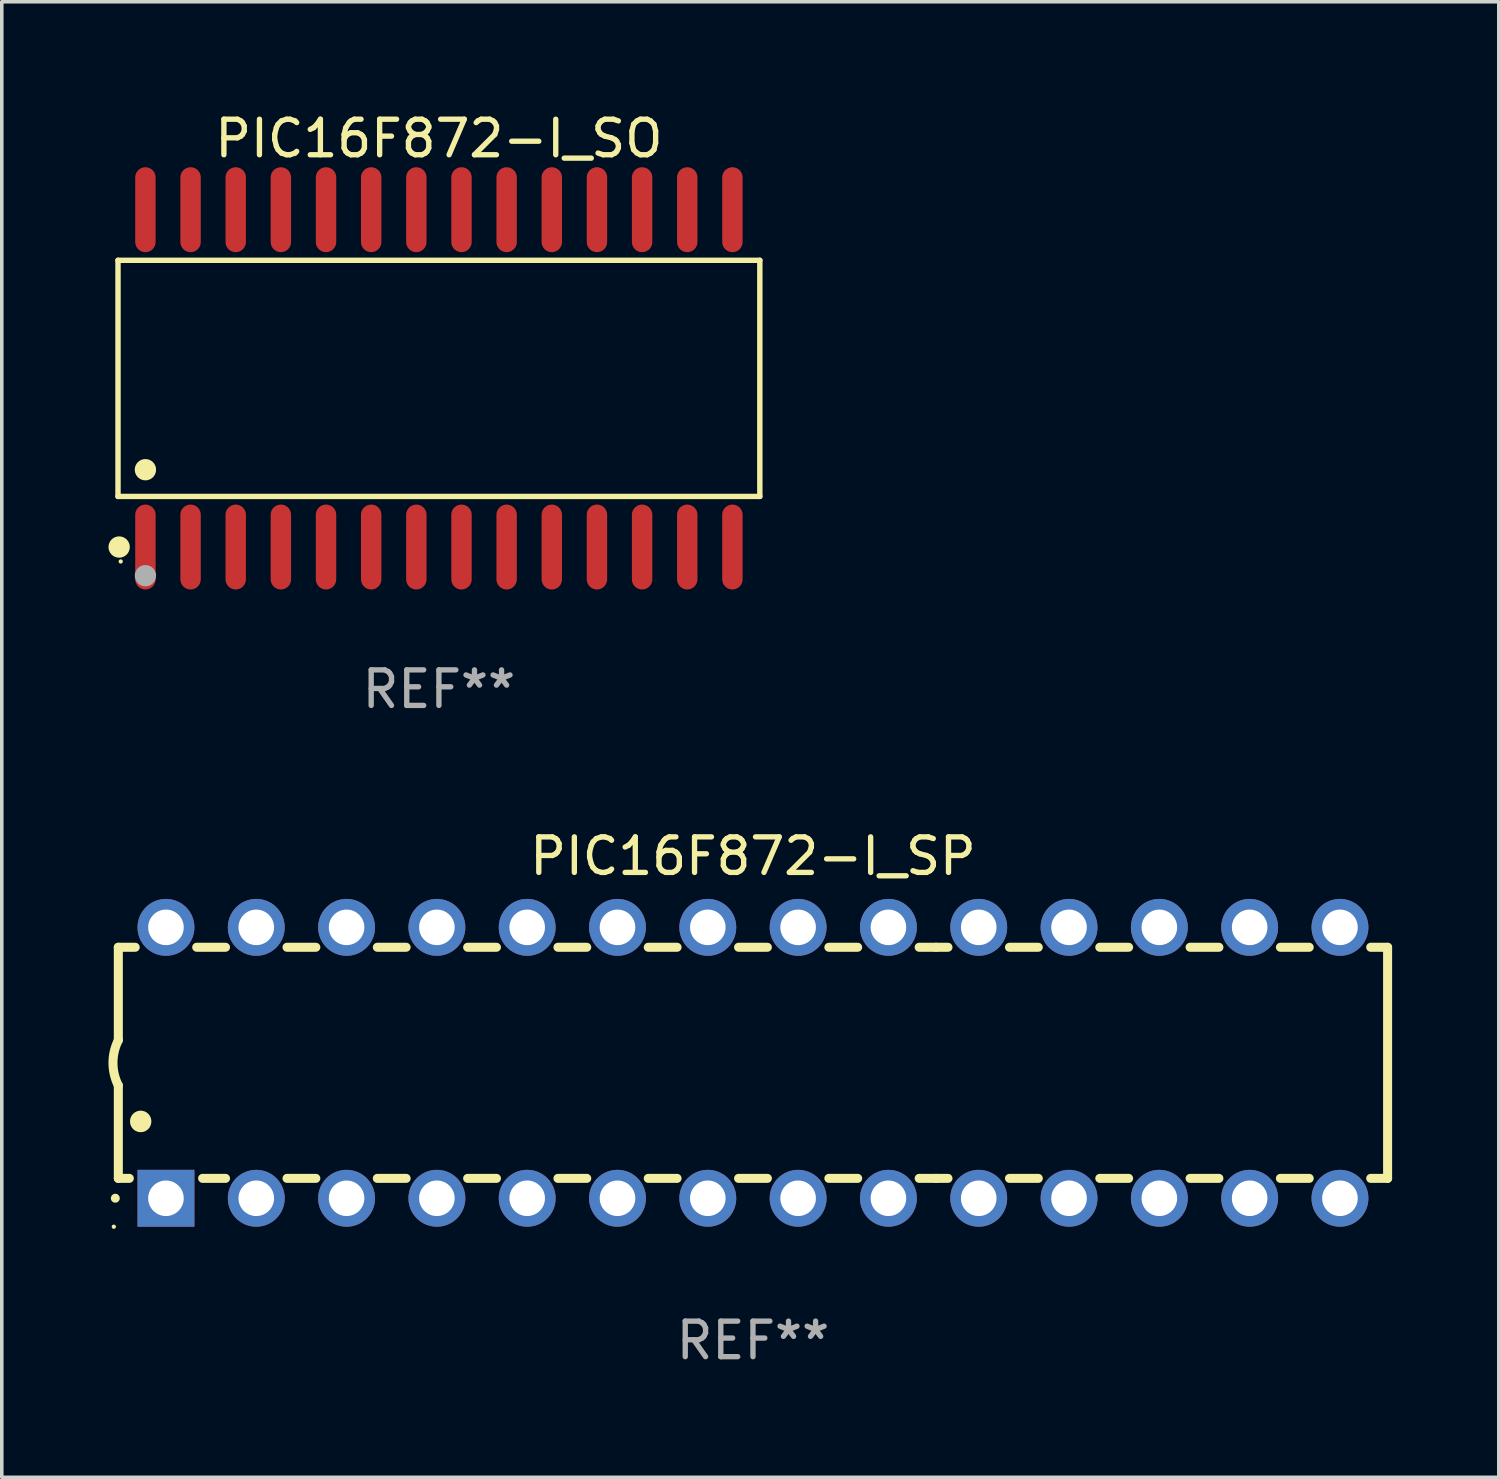
<source format=kicad_pcb>
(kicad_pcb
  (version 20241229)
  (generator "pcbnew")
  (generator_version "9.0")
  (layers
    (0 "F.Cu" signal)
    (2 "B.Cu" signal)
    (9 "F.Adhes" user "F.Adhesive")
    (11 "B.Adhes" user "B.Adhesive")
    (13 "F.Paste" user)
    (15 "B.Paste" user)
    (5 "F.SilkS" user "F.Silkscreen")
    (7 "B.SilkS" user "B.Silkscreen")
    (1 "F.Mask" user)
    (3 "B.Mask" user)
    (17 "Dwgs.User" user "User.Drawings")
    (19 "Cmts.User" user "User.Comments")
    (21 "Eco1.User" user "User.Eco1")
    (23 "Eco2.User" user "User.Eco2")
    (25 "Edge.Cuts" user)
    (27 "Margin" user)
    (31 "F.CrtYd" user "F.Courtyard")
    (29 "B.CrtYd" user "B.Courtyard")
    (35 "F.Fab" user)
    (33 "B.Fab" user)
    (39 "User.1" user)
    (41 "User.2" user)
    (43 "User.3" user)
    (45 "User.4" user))
  (footprint "PIC16F872-I_SO"
    (layer "F.Cu")
    (at 9.295 7.592)
    (property "Reference" "PIC16F872-I_SO" (at 0 -6.744 0) (layer "F.SilkS") (effects (font (size 1 1) (thickness 0.15))))
    (attr through_hole)
    (fp_line (start -9.026 -3.321) (end 9.026 -3.321) (stroke (width 0.152) (type solid)) (layer "F.SilkS"))
    (fp_line (start -9.026 3.321) (end -9.026 -3.321) (stroke (width 0.152) (type solid)) (layer "F.SilkS"))
    (fp_line (start 9.026 -3.321) (end 9.026 3.321) (stroke (width 0.152) (type solid)) (layer "F.SilkS"))
    (fp_line (start 9.026 3.321) (end -9.026 3.321) (stroke (width 0.152) (type solid)) (layer "F.SilkS"))
    (fp_circle (center -8.994 4.744) (end -8.844 4.744) (stroke (width 0.3) (type solid)) (fill no) (layer "F.SilkS"))
    (fp_circle (center -8.95 5.15) (end -8.92 5.15) (stroke (width 0.06) (type solid)) (fill no) (layer "F.SilkS"))
    (fp_circle (center -8.255 2.569) (end -8.105 2.569) (stroke (width 0.3) (type solid)) (fill no) (layer "F.SilkS"))
    (fp_circle (center -8.255 5.55) (end -8.105 5.55) (stroke (width 0.3) (type solid)) (fill no) (layer "F.Fab"))
    (fp_text user "REF**" (at 0 8.744 0) (layer "F.Fab") (effects (font (size 1 1) (thickness 0.15))))
    (pad "1" smd oval (at -8.255 4.744) (size 0.574 2.388) (layers "F.Cu" "F.Mask" "F.Paste"))
    (pad "2" smd oval (at -6.985 4.744) (size 0.574 2.388) (layers "F.Cu" "F.Mask" "F.Paste"))
    (pad "3" smd oval (at -5.715 4.744) (size 0.574 2.388) (layers "F.Cu" "F.Mask" "F.Paste"))
    (pad "4" smd oval (at -4.445 4.744) (size 0.574 2.388) (layers "F.Cu" "F.Mask" "F.Paste"))
    (pad "5" smd oval (at -3.175 4.744) (size 0.574 2.388) (layers "F.Cu" "F.Mask" "F.Paste"))
    (pad "6" smd oval (at -1.905 4.744) (size 0.574 2.388) (layers "F.Cu" "F.Mask" "F.Paste"))
    (pad "7" smd oval (at -0.635 4.744) (size 0.574 2.388) (layers "F.Cu" "F.Mask" "F.Paste"))
    (pad "8" smd oval (at 0.635 4.744) (size 0.574 2.388) (layers "F.Cu" "F.Mask" "F.Paste"))
    (pad "9" smd oval (at 1.905 4.744) (size 0.574 2.388) (layers "F.Cu" "F.Mask" "F.Paste"))
    (pad "10" smd oval (at 3.175 4.744) (size 0.574 2.388) (layers "F.Cu" "F.Mask" "F.Paste"))
    (pad "11" smd oval (at 4.445 4.744) (size 0.574 2.388) (layers "F.Cu" "F.Mask" "F.Paste"))
    (pad "12" smd oval (at 5.715 4.744) (size 0.574 2.388) (layers "F.Cu" "F.Mask" "F.Paste"))
    (pad "13" smd oval (at 6.985 4.744) (size 0.574 2.388) (layers "F.Cu" "F.Mask" "F.Paste"))
    (pad "14" smd oval (at 8.255 4.744) (size 0.574 2.388) (layers "F.Cu" "F.Mask" "F.Paste"))
    (pad "15" smd oval (at 8.255 -4.744) (size 0.574 2.388) (layers "F.Cu" "F.Mask" "F.Paste"))
    (pad "16" smd oval (at 6.985 -4.744) (size 0.574 2.388) (layers "F.Cu" "F.Mask" "F.Paste"))
    (pad "17" smd oval (at 5.715 -4.744) (size 0.574 2.388) (layers "F.Cu" "F.Mask" "F.Paste"))
    (pad "18" smd oval (at 4.445 -4.744) (size 0.574 2.388) (layers "F.Cu" "F.Mask" "F.Paste"))
    (pad "19" smd oval (at 3.175 -4.744) (size 0.574 2.388) (layers "F.Cu" "F.Mask" "F.Paste"))
    (pad "20" smd oval (at 1.905 -4.744) (size 0.574 2.388) (layers "F.Cu" "F.Mask" "F.Paste"))
    (pad "21" smd oval (at 0.635 -4.744) (size 0.574 2.388) (layers "F.Cu" "F.Mask" "F.Paste"))
    (pad "22" smd oval (at -0.635 -4.744) (size 0.574 2.388) (layers "F.Cu" "F.Mask" "F.Paste"))
    (pad "23" smd oval (at -1.905 -4.744) (size 0.574 2.388) (layers "F.Cu" "F.Mask" "F.Paste"))
    (pad "24" smd oval (at -3.175 -4.744) (size 0.574 2.388) (layers "F.Cu" "F.Mask" "F.Paste"))
    (pad "25" smd oval (at -4.445 -4.744) (size 0.574 2.388) (layers "F.Cu" "F.Mask" "F.Paste"))
    (pad "26" smd oval (at -5.715 -4.744) (size 0.574 2.388) (layers "F.Cu" "F.Mask" "F.Paste"))
    (pad "27" smd oval (at -6.985 -4.744) (size 0.574 2.388) (layers "F.Cu" "F.Mask" "F.Paste"))
    (pad "28" smd oval (at -8.255 -4.744) (size 0.574 2.388) (layers "F.Cu" "F.Mask" "F.Paste")))
  (footprint "PIC16F872-I_SP"
    (layer "F.Cu")
    (at 18.128 26.843)
    (property "Reference" "PIC16F872-I_SP" (at 0 -5.81 0) (layer "F.SilkS") (effects (font (size 1 1) (thickness 0.15))))
    (attr through_hole)
    (fp_line (start -17.85 -3.25) (end -17.85 -0.635) (stroke (width 0.254) (type solid)) (layer "F.SilkS"))
    (fp_line (start -17.85 3.25) (end -17.85 0.635) (stroke (width 0.254) (type solid)) (layer "F.SilkS"))
    (fp_line (start -17.85 3.25) (end -17.541 3.25) (stroke (width 0.254) (type solid)) (layer "F.SilkS"))
    (fp_line (start -17.375 -3.25) (end -17.85 -3.25) (stroke (width 0.254) (type solid)) (layer "F.SilkS"))
    (fp_line (start -15.479 3.25) (end -14.835 3.25) (stroke (width 0.254) (type solid)) (layer "F.SilkS"))
    (fp_line (start -14.835 -3.25) (end -15.645 -3.25) (stroke (width 0.254) (type solid)) (layer "F.SilkS"))
    (fp_line (start -13.105 3.25) (end -12.295 3.25) (stroke (width 0.254) (type solid)) (layer "F.SilkS"))
    (fp_line (start -12.295 -3.25) (end -13.105 -3.25) (stroke (width 0.254) (type solid)) (layer "F.SilkS"))
    (fp_line (start -10.565 3.25) (end -9.755 3.25) (stroke (width 0.254) (type solid)) (layer "F.SilkS"))
    (fp_line (start -9.755 -3.25) (end -10.565 -3.25) (stroke (width 0.254) (type solid)) (layer "F.SilkS"))
    (fp_line (start -8.025 3.25) (end -7.215 3.25) (stroke (width 0.254) (type solid)) (layer "F.SilkS"))
    (fp_line (start -7.215 -3.25) (end -8.025 -3.25) (stroke (width 0.254) (type solid)) (layer "F.SilkS"))
    (fp_line (start -5.485 3.25) (end -4.675 3.25) (stroke (width 0.254) (type solid)) (layer "F.SilkS"))
    (fp_line (start -4.675 -3.25) (end -5.485 -3.25) (stroke (width 0.254) (type solid)) (layer "F.SilkS"))
    (fp_line (start -2.945 3.25) (end -2.135 3.25) (stroke (width 0.254) (type solid)) (layer "F.SilkS"))
    (fp_line (start -2.135 -3.25) (end -2.945 -3.25) (stroke (width 0.254) (type solid)) (layer "F.SilkS"))
    (fp_line (start -0.405 3.25) (end 0.405 3.25) (stroke (width 0.254) (type solid)) (layer "F.SilkS"))
    (fp_line (start 0.405 -3.25) (end -0.405 -3.25) (stroke (width 0.254) (type solid)) (layer "F.SilkS"))
    (fp_line (start 2.135 3.25) (end 2.945 3.25) (stroke (width 0.254) (type solid)) (layer "F.SilkS"))
    (fp_line (start 2.945 -3.25) (end 2.135 -3.25) (stroke (width 0.254) (type solid)) (layer "F.SilkS"))
    (fp_line (start 4.675 3.25) (end 5.15 3.25) (stroke (width 0.254) (type solid)) (layer "F.SilkS"))
    (fp_line (start 5.15 -3.25) (end 4.675 -3.25) (stroke (width 0.254) (type solid)) (layer "F.SilkS"))
    (fp_line (start 5.15 -3.25) (end 5.485 -3.25) (stroke (width 0.254) (type solid)) (layer "F.SilkS"))
    (fp_line (start 5.15 3.25) (end 5.485 3.25) (stroke (width 0.254) (type solid)) (layer "F.SilkS"))
    (fp_line (start 7.215 -3.25) (end 8.025 -3.25) (stroke (width 0.254) (type solid)) (layer "F.SilkS"))
    (fp_line (start 7.215 3.25) (end 8.025 3.25) (stroke (width 0.254) (type solid)) (layer "F.SilkS"))
    (fp_line (start 9.755 -3.25) (end 10.565 -3.25) (stroke (width 0.254) (type solid)) (layer "F.SilkS"))
    (fp_line (start 9.755 3.25) (end 10.565 3.25) (stroke (width 0.254) (type solid)) (layer "F.SilkS"))
    (fp_line (start 12.295 -3.25) (end 13.105 -3.25) (stroke (width 0.254) (type solid)) (layer "F.SilkS"))
    (fp_line (start 12.295 3.25) (end 13.105 3.25) (stroke (width 0.254) (type solid)) (layer "F.SilkS"))
    (fp_line (start 14.835 -3.25) (end 15.645 -3.25) (stroke (width 0.254) (type solid)) (layer "F.SilkS"))
    (fp_line (start 14.835 3.25) (end 15.645 3.25) (stroke (width 0.254) (type solid)) (layer "F.SilkS"))
    (fp_line (start 17.375 -3.25) (end 17.85 -3.25) (stroke (width 0.254) (type solid)) (layer "F.SilkS"))
    (fp_line (start 17.375 3.25) (end 17.85 3.25) (stroke (width 0.254) (type solid)) (layer "F.SilkS"))
    (fp_line (start 17.85 -3.25) (end 17.85 3.25) (stroke (width 0.254) (type solid)) (layer "F.SilkS"))
    (fp_arc (start -17.934976 3.810008) (mid -17.934983 3.808738) (end -17.934976 3.807468) (stroke (width 0.25) (type solid)) (layer "F.SilkS"))
    (fp_arc (start -17.851155 0.635002) (mid -18.000677 -0.000132) (end -17.850038 -0.635001) (stroke (width 0.254001) (type solid)) (layer "F.SilkS"))
    (fp_arc (start -17.221234 1.651003) (mid -17.221245 1.648463) (end -17.221234 1.645923) (stroke (width 0.6) (type solid)) (layer "F.SilkS"))
    (fp_circle (center -17.977 4.61) (end -17.947 4.61) (stroke (width 0.06) (type solid)) (fill no) (layer "F.SilkS"))
    (fp_text user "REF**" (at 0 7.81 0) (layer "F.Fab") (effects (font (size 1 1) (thickness 0.15))))
    (pad "1" thru_hole rect (at -16.51 3.81 90) (size 1.6 1.6) (drill 1) (layers "*.Cu" "*.Mask"))
    (pad "2" thru_hole circle (at -13.97 3.81 90) (size 1.6 1.6) (drill 1) (layers "*.Cu" "*.Mask"))
    (pad "3" thru_hole circle (at -11.43 3.81 90) (size 1.6 1.6) (drill 1) (layers "*.Cu" "*.Mask"))
    (pad "4" thru_hole circle (at -8.89 3.81 90) (size 1.6 1.6) (drill 1) (layers "*.Cu" "*.Mask"))
    (pad "5" thru_hole circle (at -6.35 3.81 90) (size 1.6 1.6) (drill 1) (layers "*.Cu" "*.Mask"))
    (pad "6" thru_hole circle (at -3.81 3.81 90) (size 1.6 1.6) (drill 1) (layers "*.Cu" "*.Mask"))
    (pad "7" thru_hole circle (at -1.27 3.81 90) (size 1.6 1.6) (drill 1) (layers "*.Cu" "*.Mask"))
    (pad "8" thru_hole circle (at 1.27 3.81 90) (size 1.6 1.6) (drill 1) (layers "*.Cu" "*.Mask"))
    (pad "9" thru_hole circle (at 3.81 3.81 90) (size 1.6 1.6) (drill 1) (layers "*.Cu" "*.Mask"))
    (pad "10" thru_hole circle (at 6.35 3.81 90) (size 1.6 1.6) (drill 1) (layers "*.Cu" "*.Mask"))
    (pad "11" thru_hole circle (at 8.89 3.81 90) (size 1.6 1.6) (drill 1) (layers "*.Cu" "*.Mask"))
    (pad "12" thru_hole circle (at 11.43 3.81 90) (size 1.6 1.6) (drill 1) (layers "*.Cu" "*.Mask"))
    (pad "13" thru_hole circle (at 13.97 3.81 90) (size 1.6 1.6) (drill 1) (layers "*.Cu" "*.Mask"))
    (pad "14" thru_hole circle (at 16.51 3.81 90) (size 1.6 1.6) (drill 1) (layers "*.Cu" "*.Mask"))
    (pad "15" thru_hole circle (at 16.51 -3.81 90) (size 1.6 1.6) (drill 1) (layers "*.Cu" "*.Mask"))
    (pad "16" thru_hole circle (at 13.97 -3.81 90) (size 1.6 1.6) (drill 1) (layers "*.Cu" "*.Mask"))
    (pad "17" thru_hole circle (at 11.43 -3.81 90) (size 1.6 1.6) (drill 1) (layers "*.Cu" "*.Mask"))
    (pad "18" thru_hole circle (at 8.89 -3.81 90) (size 1.6 1.6) (drill 1) (layers "*.Cu" "*.Mask"))
    (pad "19" thru_hole circle (at 6.35 -3.81 90) (size 1.6 1.6) (drill 1) (layers "*.Cu" "*.Mask"))
    (pad "20" thru_hole circle (at 3.81 -3.81 90) (size 1.6 1.6) (drill 1) (layers "*.Cu" "*.Mask"))
    (pad "21" thru_hole circle (at 1.27 -3.81 90) (size 1.6 1.6) (drill 1) (layers "*.Cu" "*.Mask"))
    (pad "22" thru_hole circle (at -1.27 -3.81 90) (size 1.6 1.6) (drill 1) (layers "*.Cu" "*.Mask"))
    (pad "23" thru_hole circle (at -3.81 -3.81 90) (size 1.6 1.6) (drill 1) (layers "*.Cu" "*.Mask"))
    (pad "24" thru_hole circle (at -6.35 -3.81 90) (size 1.6 1.6) (drill 1) (layers "*.Cu" "*.Mask"))
    (pad "25" thru_hole circle (at -8.89 -3.81 90) (size 1.6 1.6) (drill 1) (layers "*.Cu" "*.Mask"))
    (pad "26" thru_hole circle (at -11.43 -3.81 90) (size 1.6 1.6) (drill 1) (layers "*.Cu" "*.Mask"))
    (pad "27" thru_hole circle (at -13.97 -3.81 90) (size 1.6 1.6) (drill 1) (layers "*.Cu" "*.Mask"))
    (pad "28" thru_hole circle (at -16.51 -3.81 90) (size 1.6 1.6) (drill 1) (layers "*.Cu" "*.Mask")))
  (gr_rect
    (start -3 -3)
    (end 39.105 38.501)
    (stroke (width 0.1) (type default))
    (fill no)
    (layer "Edge.Cuts")))
</source>
